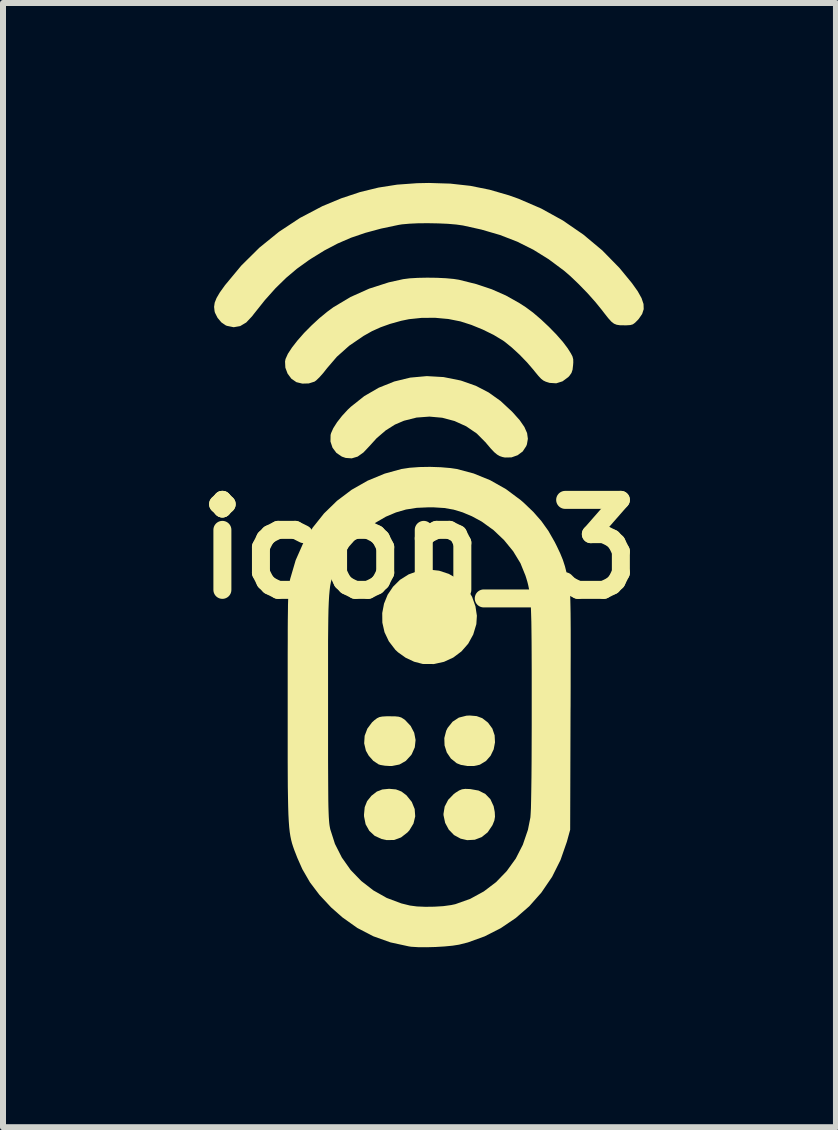
<source format=kicad_pcb>
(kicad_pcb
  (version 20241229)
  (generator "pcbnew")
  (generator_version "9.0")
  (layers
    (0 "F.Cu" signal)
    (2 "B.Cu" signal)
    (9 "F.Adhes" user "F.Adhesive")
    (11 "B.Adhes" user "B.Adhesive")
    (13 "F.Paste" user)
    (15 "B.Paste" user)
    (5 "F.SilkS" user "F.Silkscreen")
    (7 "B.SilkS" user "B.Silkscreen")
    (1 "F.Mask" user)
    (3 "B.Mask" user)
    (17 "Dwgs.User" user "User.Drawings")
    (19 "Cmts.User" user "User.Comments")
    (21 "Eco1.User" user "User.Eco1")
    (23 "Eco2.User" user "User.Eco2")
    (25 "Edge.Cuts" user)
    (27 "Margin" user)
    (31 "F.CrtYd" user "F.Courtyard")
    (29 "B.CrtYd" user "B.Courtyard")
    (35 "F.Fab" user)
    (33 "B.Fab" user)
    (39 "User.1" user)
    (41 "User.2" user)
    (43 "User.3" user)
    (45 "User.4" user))
  (footprint "icon_3"
    (layer "F.Cu")
    (at 3.943 6.105)
    (property "Reference" "icon_3" (at 0 0 0) (layer "F.SilkS") (effects (font (size 1.5 1.5) (thickness 0.3))))
    (attr board_only exclude_from_pos_files exclude_from_bom)
    (fp_poly (pts (xy 0.953 2.783) (xy 1.046 2.817) (xy 1.132 2.883) (xy 1.144 2.894) (xy 1.215 2.991) (xy 1.253 3.103) (xy 1.259 3.221) (xy 1.237 3.337) (xy 1.186 3.443) (xy 1.109 3.531) (xy 1.008 3.592) (xy 1.003 3.594) (xy 0.907 3.615) (xy 0.796 3.615) (xy 0.69 3.596) (xy 0.621 3.569) (xy 0.524 3.491) (xy 0.455 3.389) (xy 0.418 3.272) (xy 0.414 3.149) (xy 0.445 3.028) (xy 0.469 2.98) (xy 0.552 2.876) (xy 0.656 2.808) (xy 0.783 2.776) (xy 0.837 2.773)) (stroke (width 0) (type solid)) (fill yes) (layer "F.SilkS"))
    (fp_poly (pts (xy -0.392 4.005) (xy -0.301 4.04) (xy -0.216 4.104) (xy -0.214 4.107) (xy -0.128 4.214) (xy -0.08 4.332) (xy -0.071 4.454) (xy -0.1 4.574) (xy -0.168 4.687) (xy -0.201 4.723) (xy -0.308 4.806) (xy -0.423 4.848) (xy -0.55 4.85) (xy -0.631 4.832) (xy -0.747 4.779) (xy -0.837 4.695) (xy -0.898 4.586) (xy -0.924 4.457) (xy -0.925 4.426) (xy -0.913 4.301) (xy -0.873 4.2) (xy -0.801 4.111) (xy -0.796 4.107) (xy -0.711 4.041) (xy -0.62 4.006) (xy -0.508 3.995) (xy -0.505 3.995)) (stroke (width 0) (type solid)) (fill yes) (layer "F.SilkS"))
    (fp_poly (pts (xy 0.84 3.999) (xy 0.845 3.999) (xy 0.985 4.024) (xy 1.098 4.081) (xy 1.182 4.168) (xy 1.236 4.284) (xy 1.255 4.382) (xy 1.259 4.46) (xy 1.248 4.524) (xy 1.219 4.596) (xy 1.212 4.609) (xy 1.136 4.721) (xy 1.037 4.8) (xy 0.922 4.844) (xy 0.795 4.851) (xy 0.686 4.826) (xy 0.576 4.766) (xy 0.488 4.675) (xy 0.428 4.563) (xy 0.401 4.437) (xy 0.4 4.414) (xy 0.42 4.291) (xy 0.478 4.179) (xy 0.571 4.083) (xy 0.6 4.061) (xy 0.66 4.023) (xy 0.709 4.003) (xy 0.763 3.996)) (stroke (width 0) (type solid)) (fill yes) (layer "F.SilkS"))
    (fp_poly (pts (xy -0.406 2.787) (xy -0.347 2.793) (xy -0.304 2.806) (xy -0.265 2.83) (xy -0.238 2.85) (xy -0.147 2.947) (xy -0.088 3.06) (xy -0.065 3.181) (xy -0.078 3.303) (xy -0.129 3.418) (xy -0.139 3.433) (xy -0.228 3.53) (xy -0.334 3.59) (xy -0.46 3.615) (xy -0.494 3.615) (xy -0.575 3.61) (xy -0.648 3.598) (xy -0.683 3.587) (xy -0.77 3.529) (xy -0.846 3.443) (xy -0.893 3.36) (xy -0.922 3.237) (xy -0.914 3.111) (xy -0.869 2.992) (xy -0.791 2.887) (xy -0.75 2.85) (xy -0.707 2.818) (xy -0.667 2.799) (xy -0.619 2.79) (xy -0.549 2.786) (xy -0.494 2.786)) (stroke (width 0) (type solid)) (fill yes) (layer "F.SilkS"))
    (fp_poly (pts (xy 0.327 0.359) (xy 0.489 0.412) (xy 0.637 0.497) (xy 0.69 0.539) (xy 0.796 0.656) (xy 0.878 0.797) (xy 0.933 0.952) (xy 0.957 1.11) (xy 0.948 1.25) (xy 0.896 1.423) (xy 0.812 1.576) (xy 0.699 1.705) (xy 0.563 1.807) (xy 0.409 1.878) (xy 0.241 1.915) (xy 0.065 1.914) (xy 0.052 1.913) (xy -0.09 1.876) (xy -0.232 1.809) (xy -0.358 1.719) (xy -0.403 1.677) (xy -0.511 1.536) (xy -0.583 1.384) (xy -0.619 1.225) (xy -0.621 1.065) (xy -0.591 0.908) (xy -0.531 0.76) (xy -0.441 0.626) (xy -0.325 0.511) (xy -0.182 0.421) (xy -0.015 0.36) (xy -0.003 0.357) (xy 0.159 0.34)) (stroke (width 0) (type solid)) (fill yes) (layer "F.SilkS"))
    (fp_poly (pts (xy 0.401 -2.869) (xy 0.681 -2.813) (xy 0.705 -2.806) (xy 0.94 -2.723) (xy 1.152 -2.613) (xy 1.35 -2.472) (xy 1.542 -2.294) (xy 1.557 -2.278) (xy 1.671 -2.15) (xy 1.749 -2.037) (xy 1.794 -1.935) (xy 1.807 -1.84) (xy 1.791 -1.747) (xy 1.779 -1.717) (xy 1.721 -1.629) (xy 1.636 -1.566) (xy 1.534 -1.53) (xy 1.424 -1.528) (xy 1.384 -1.536) (xy 1.337 -1.552) (xy 1.294 -1.577) (xy 1.247 -1.616) (xy 1.19 -1.676) (xy 1.116 -1.763) (xy 1.107 -1.775) (xy 0.955 -1.928) (xy 0.779 -2.048) (xy 0.585 -2.136) (xy 0.379 -2.191) (xy 0.166 -2.21) (xy -0.048 -2.194) (xy -0.259 -2.141) (xy -0.409 -2.077) (xy -0.564 -1.979) (xy -0.715 -1.849) (xy -0.832 -1.72) (xy -0.934 -1.612) (xy -1.031 -1.543) (xy -1.129 -1.514) (xy -1.23 -1.521) (xy -1.294 -1.543) (xy -1.385 -1.605) (xy -1.45 -1.692) (xy -1.484 -1.795) (xy -1.482 -1.904) (xy -1.474 -1.934) (xy -1.437 -2.017) (xy -1.374 -2.116) (xy -1.291 -2.222) (xy -1.195 -2.326) (xy -1.144 -2.374) (xy -0.92 -2.552) (xy -0.678 -2.692) (xy -0.421 -2.795) (xy -0.154 -2.86) (xy 0.122 -2.885)) (stroke (width 0) (type solid)) (fill yes) (layer "F.SilkS"))
    (fp_poly (pts (xy 0.287 -4.524) (xy 0.438 -4.517) (xy 0.569 -4.505) (xy 0.659 -4.491) (xy 0.947 -4.419) (xy 1.204 -4.333) (xy 1.44 -4.229) (xy 1.666 -4.102) (xy 1.771 -4.034) (xy 1.893 -3.944) (xy 2.024 -3.832) (xy 2.157 -3.707) (xy 2.282 -3.579) (xy 2.39 -3.456) (xy 2.472 -3.347) (xy 2.478 -3.337) (xy 2.524 -3.264) (xy 2.551 -3.212) (xy 2.563 -3.165) (xy 2.564 -3.111) (xy 2.561 -3.07) (xy 2.552 -2.992) (xy 2.534 -2.938) (xy 2.501 -2.891) (xy 2.481 -2.869) (xy 2.385 -2.798) (xy 2.28 -2.765) (xy 2.169 -2.772) (xy 2.156 -2.776) (xy 2.105 -2.792) (xy 2.064 -2.812) (xy 2.027 -2.841) (xy 1.983 -2.888) (xy 1.925 -2.958) (xy 1.903 -2.986) (xy 1.792 -3.115) (xy 1.668 -3.243) (xy 1.541 -3.36) (xy 1.423 -3.456) (xy 1.392 -3.478) (xy 1.236 -3.572) (xy 1.055 -3.661) (xy 0.864 -3.739) (xy 0.683 -3.797) (xy 0.482 -3.837) (xy 0.262 -3.857) (xy 0.038 -3.856) (xy -0.174 -3.834) (xy -0.305 -3.807) (xy -0.491 -3.755) (xy -0.648 -3.699) (xy -0.792 -3.634) (xy -0.932 -3.555) (xy -1.172 -3.391) (xy -1.378 -3.207) (xy -1.54 -3.018) (xy -1.604 -2.937) (xy -1.667 -2.866) (xy -1.721 -2.814) (xy -1.75 -2.793) (xy -1.845 -2.763) (xy -1.953 -2.76) (xy -2.052 -2.784) (xy -2.136 -2.842) (xy -2.199 -2.927) (xy -2.236 -3.026) (xy -2.241 -3.129) (xy -2.233 -3.17) (xy -2.194 -3.257) (xy -2.125 -3.362) (xy -2.033 -3.48) (xy -1.923 -3.605) (xy -1.799 -3.73) (xy -1.668 -3.851) (xy -1.535 -3.96) (xy -1.434 -4.034) (xy -1.149 -4.204) (xy -0.839 -4.343) (xy -0.512 -4.448) (xy -0.273 -4.501) (xy -0.164 -4.515) (xy -0.026 -4.523) (xy 0.129 -4.526)) (stroke (width 0) (type solid)) (fill yes) (layer "F.SilkS"))
    (fp_poly (pts (xy 0.514 -6.094) (xy 0.848 -6.057) (xy 1.17 -5.992) (xy 1.494 -5.898) (xy 1.651 -5.842) (xy 2.029 -5.679) (xy 2.391 -5.479) (xy 2.731 -5.245) (xy 3.047 -4.981) (xy 3.334 -4.688) (xy 3.542 -4.435) (xy 3.638 -4.3) (xy 3.702 -4.185) (xy 3.735 -4.087) (xy 3.738 -4.001) (xy 3.712 -3.921) (xy 3.658 -3.842) (xy 3.638 -3.819) (xy 3.593 -3.774) (xy 3.557 -3.748) (xy 3.515 -3.736) (xy 3.453 -3.732) (xy 3.41 -3.732) (xy 3.341 -3.733) (xy 3.288 -3.741) (xy 3.243 -3.759) (xy 3.199 -3.793) (xy 3.149 -3.848) (xy 3.085 -3.929) (xy 3.042 -3.985) (xy 2.93 -4.123) (xy 2.797 -4.272) (xy 2.655 -4.418) (xy 2.516 -4.551) (xy 2.408 -4.644) (xy 2.154 -4.833) (xy 1.898 -4.992) (xy 1.63 -5.126) (xy 1.344 -5.237) (xy 1.032 -5.328) (xy 0.725 -5.396) (xy 0.613 -5.412) (xy 0.472 -5.424) (xy 0.312 -5.431) (xy 0.146 -5.434) (xy -0.018 -5.433) (xy -0.167 -5.426) (xy -0.291 -5.415) (xy -0.347 -5.406) (xy -0.641 -5.344) (xy -0.903 -5.273) (xy -1.141 -5.192) (xy -1.365 -5.095) (xy -1.584 -4.98) (xy -1.806 -4.843) (xy -1.85 -4.814) (xy -2.043 -4.675) (xy -2.224 -4.522) (xy -2.4 -4.35) (xy -2.577 -4.152) (xy -2.761 -3.921) (xy -2.792 -3.881) (xy -2.888 -3.779) (xy -2.989 -3.719) (xy -3.097 -3.7) (xy -3.21 -3.723) (xy -3.23 -3.731) (xy -3.302 -3.78) (xy -3.366 -3.856) (xy -3.409 -3.941) (xy -3.416 -3.967) (xy -3.424 -4.039) (xy -3.414 -4.109) (xy -3.383 -4.187) (xy -3.329 -4.279) (xy -3.248 -4.392) (xy -3.244 -4.398) (xy -2.97 -4.728) (xy -2.669 -5.026) (xy -2.342 -5.291) (xy -1.992 -5.522) (xy -1.619 -5.718) (xy -1.304 -5.849) (xy -0.991 -5.953) (xy -0.684 -6.028) (xy -0.372 -6.077) (xy -0.041 -6.101) (xy 0.158 -6.105)) (stroke (width 0) (type solid)) (fill yes) (layer "F.SilkS"))
    (fp_poly (pts (xy 0.355 -1.366) (xy 0.519 -1.352) (xy 0.62 -1.337) (xy 0.903 -1.262) (xy 1.18 -1.149) (xy 1.443 -1) (xy 1.686 -0.819) (xy 1.738 -0.774) (xy 1.9 -0.619) (xy 2.033 -0.467) (xy 2.148 -0.306) (xy 2.253 -0.122) (xy 2.289 -0.051) (xy 2.346 0.07) (xy 2.39 0.177) (xy 2.425 0.285) (xy 2.456 0.408) (xy 2.481 0.526) (xy 2.488 0.562) (xy 2.495 0.599) (xy 2.5 0.637) (xy 2.505 0.681) (xy 2.509 0.732) (xy 2.513 0.794) (xy 2.515 0.869) (xy 2.517 0.96) (xy 2.519 1.07) (xy 2.52 1.202) (xy 2.521 1.358) (xy 2.521 1.542) (xy 2.521 1.755) (xy 2.52 2.002) (xy 2.52 2.284) (xy 2.519 2.605) (xy 2.518 2.708) (xy 2.512 4.678) (xy 2.457 4.878) (xy 2.351 5.182) (xy 2.21 5.464) (xy 2.032 5.725) (xy 1.831 5.952) (xy 1.605 6.149) (xy 1.355 6.318) (xy 1.086 6.455) (xy 0.807 6.556) (xy 0.66 6.593) (xy 0.552 6.61) (xy 0.417 6.623) (xy 0.268 6.632) (xy 0.118 6.636) (xy -0.021 6.635) (xy -0.137 6.628) (xy -0.177 6.622) (xy -0.484 6.555) (xy -0.77 6.453) (xy -1.036 6.315) (xy -1.285 6.138) (xy -1.473 5.972) (xy -1.667 5.764) (xy -1.826 5.554) (xy -1.953 5.334) (xy -2.036 5.147) (xy -2.062 5.08) (xy -2.086 5.019) (xy -2.106 4.962) (xy -2.124 4.906) (xy -2.139 4.848) (xy -2.152 4.785) (xy -2.163 4.714) (xy -2.172 4.632) (xy -2.179 4.536) (xy -2.185 4.424) (xy -2.189 4.293) (xy -2.192 4.139) (xy -2.195 3.961) (xy -2.196 3.754) (xy -2.197 3.517) (xy -2.197 3.246) (xy -2.197 2.939) (xy -2.197 2.618) (xy -2.197 2.326) (xy -1.524 2.326) (xy -1.524 2.628) (xy -1.524 2.955) (xy -1.524 3.242) (xy -1.524 3.493) (xy -1.523 3.71) (xy -1.522 3.897) (xy -1.521 4.055) (xy -1.52 4.188) (xy -1.518 4.298) (xy -1.515 4.388) (xy -1.512 4.462) (xy -1.508 4.521) (xy -1.504 4.569) (xy -1.499 4.608) (xy -1.493 4.641) (xy -1.487 4.67) (xy -1.409 4.914) (xy -1.294 5.141) (xy -1.147 5.349) (xy -0.97 5.532) (xy -0.769 5.688) (xy -0.546 5.814) (xy -0.304 5.905) (xy -0.158 5.941) (xy -0.043 5.956) (xy 0.098 5.962) (xy 0.249 5.96) (xy 0.397 5.951) (xy 0.528 5.933) (xy 0.598 5.918) (xy 0.845 5.83) (xy 1.072 5.706) (xy 1.276 5.551) (xy 1.454 5.367) (xy 1.605 5.158) (xy 1.723 4.927) (xy 1.808 4.678) (xy 1.849 4.472) (xy 1.853 4.416) (xy 1.858 4.319) (xy 1.861 4.182) (xy 1.864 4.007) (xy 1.867 3.794) (xy 1.869 3.546) (xy 1.87 3.262) (xy 1.871 2.946) (xy 1.871 2.619) (xy 1.871 2.298) (xy 1.871 2.015) (xy 1.87 1.768) (xy 1.869 1.554) (xy 1.867 1.37) (xy 1.865 1.213) (xy 1.861 1.079) (xy 1.857 0.965) (xy 1.851 0.869) (xy 1.844 0.788) (xy 1.835 0.717) (xy 1.824 0.655) (xy 1.812 0.597) (xy 1.798 0.542) (xy 1.781 0.485) (xy 1.767 0.441) (xy 1.683 0.234) (xy 1.562 0.035) (xy 1.41 -0.151) (xy 1.234 -0.318) (xy 1.037 -0.46) (xy 0.875 -0.548) (xy 0.718 -0.614) (xy 0.569 -0.659) (xy 0.415 -0.686) (xy 0.241 -0.697) (xy 0.158 -0.698) (xy -0.046 -0.689) (xy -0.225 -0.661) (xy -0.393 -0.612) (xy -0.566 -0.539) (xy -0.566 -0.538) (xy -0.799 -0.403) (xy -1.002 -0.238) (xy -1.176 -0.042) (xy -1.321 0.184) (xy -1.351 0.242) (xy -1.38 0.299) (xy -1.405 0.349) (xy -1.427 0.397) (xy -1.447 0.444) (xy -1.463 0.494) (xy -1.477 0.55) (xy -1.489 0.613) (xy -1.498 0.688) (xy -1.506 0.776) (xy -1.512 0.881) (xy -1.517 1.006) (xy -1.52 1.153) (xy -1.522 1.326) (xy -1.524 1.527) (xy -1.524 1.758) (xy -1.524 2.024) (xy -1.524 2.326) (xy -2.197 2.326) (xy -2.197 2.289) (xy -2.197 1.999) (xy -2.197 1.745) (xy -2.196 1.525) (xy -2.196 1.336) (xy -2.195 1.176) (xy -2.193 1.04) (xy -2.192 0.927) (xy -2.189 0.833) (xy -2.187 0.757) (xy -2.183 0.694) (xy -2.179 0.643) (xy -2.174 0.6) (xy -2.168 0.562) (xy -2.162 0.528) (xy -2.155 0.494) (xy -2.152 0.484) (xy -2.064 0.184) (xy -1.94 -0.097) (xy -1.781 -0.358) (xy -1.592 -0.595) (xy -1.374 -0.807) (xy -1.131 -0.99) (xy -0.864 -1.142) (xy -0.578 -1.26) (xy -0.302 -1.336) (xy -0.165 -1.357) (xy -0.001 -1.369) (xy 0.177 -1.372)) (stroke (width 0) (type solid)) (fill yes) (layer "F.SilkS")))
  (gr_rect
    (start -3 -3)
    (end 10.886 15.741)
    (stroke (width 0.1) (type default))
    (fill no)
    (layer "Edge.Cuts")))
</source>
